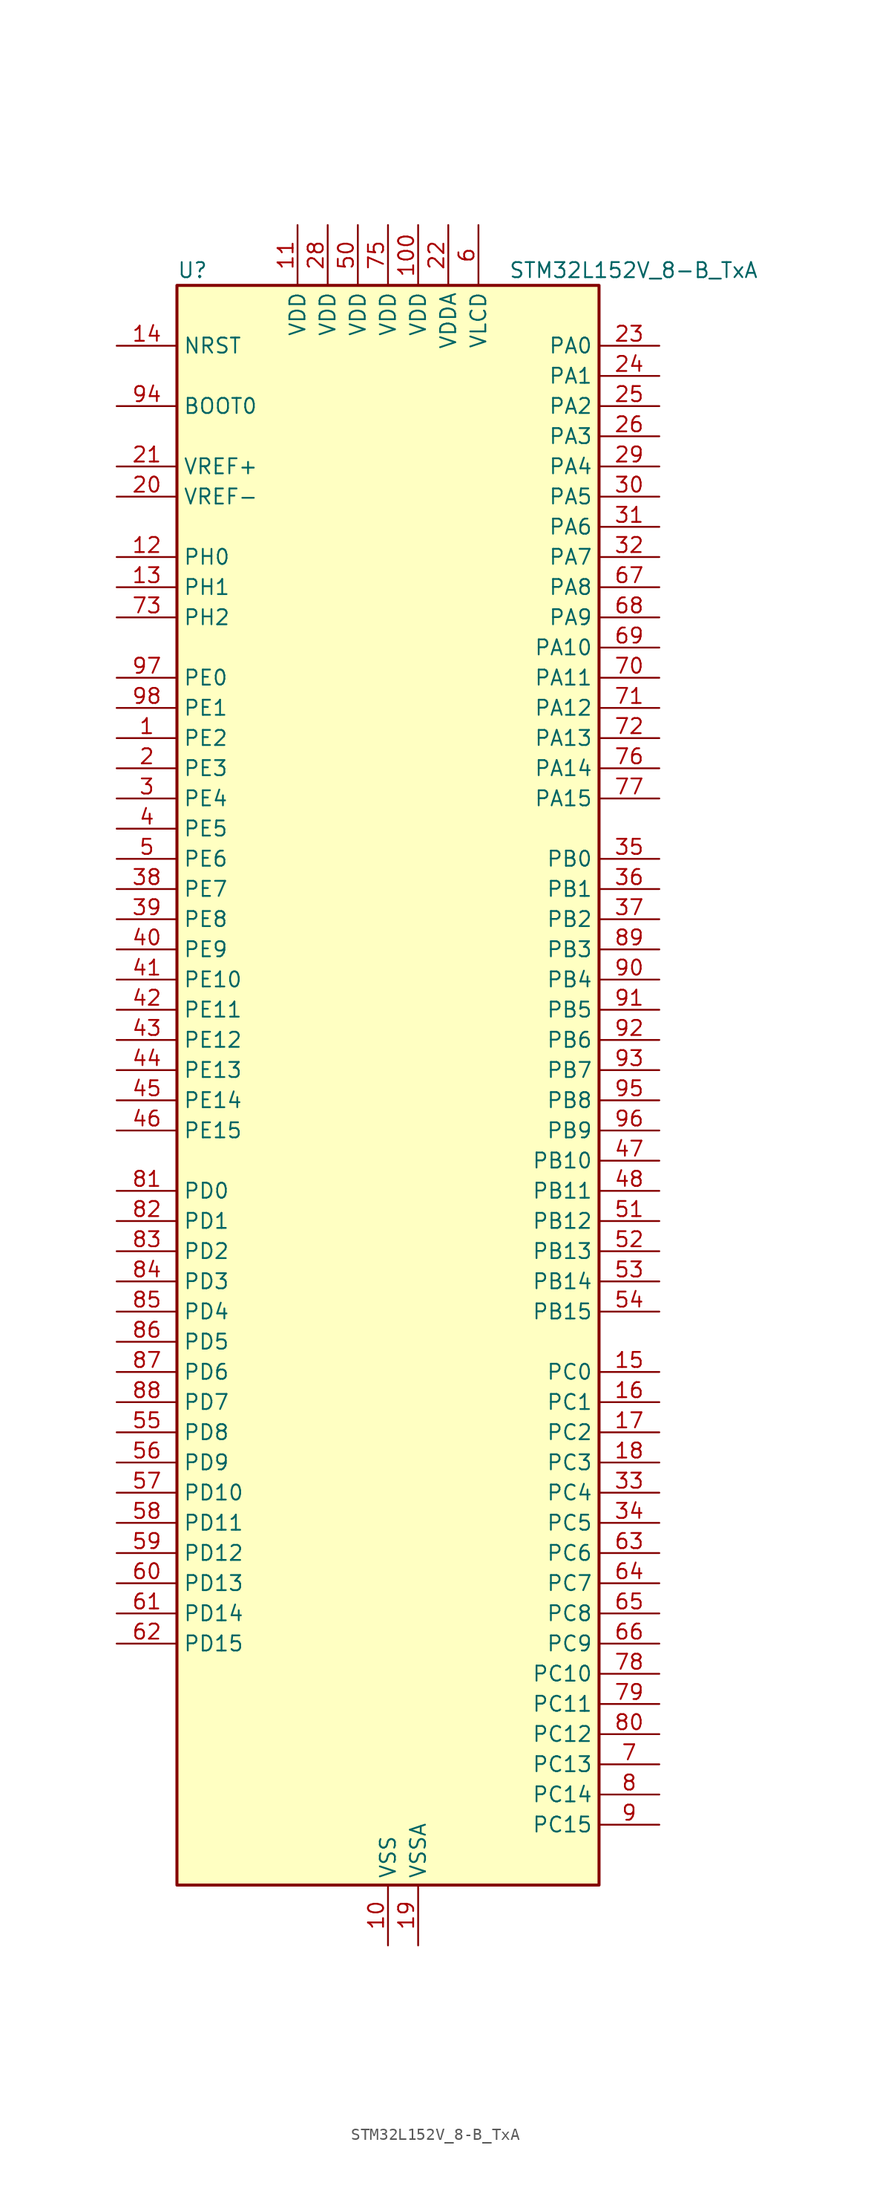
<source format=kicad_sym>
(kicad_symbol_lib
  (version 20241209)
  (generator "kicad_symbol_editor")
  (generator_version "9.0")
  (symbol "STM32L152V_8-B_TxA"
    (property "Reference" "U"
      (at -17.78 69.85 0)
      (effects (font (size 1.27 1.27)) (justify left)))
    (property "Value" "STM32L152V_8-B_TxA"
      (at 10.16 69.85 0)
      (effects (font (size 1.27 1.27)) (justify left)))
    (symbol "STM32L152V_8-B_TxA_0_1"
      (rectangle (start -17.78 -66.04) (end 17.78 68.58) (stroke (width 0.254) (type default)) (fill (type background))))
    (symbol "STM32L152V_8-B_TxA_1_1"
      (pin input line (at -22.86 63.5 0) (length 5.08) (name "NRST" (effects (font (size 1.27 1.27)))) (number "14" (effects (font (size 1.27 1.27)))))
      (pin input line (at -22.86 58.42 0) (length 5.08) (name "BOOT0" (effects (font (size 1.27 1.27)))) (number "94" (effects (font (size 1.27 1.27)))))
      (pin input line (at -22.86 53.34 0) (length 5.08) (name "VREF+" (effects (font (size 1.27 1.27)))) (number "21" (effects (font (size 1.27 1.27)))))
      (pin input line (at -22.86 50.8 0) (length 5.08) (name "VREF-" (effects (font (size 1.27 1.27)))) (number "20" (effects (font (size 1.27 1.27)))))
      (pin bidirectional line (at -22.86 45.72 0) (length 5.08) (name "PH0" (effects (font (size 1.27 1.27)))) (number "12" (effects (font (size 1.27 1.27)))) (alternate "RCC_OSC_IN" bidirectional line))
      (pin bidirectional line (at -22.86 43.18 0) (length 5.08) (name "PH1" (effects (font (size 1.27 1.27)))) (number "13" (effects (font (size 1.27 1.27)))) (alternate "RCC_OSC_OUT" bidirectional line))
      (pin bidirectional line (at -22.86 40.64 0) (length 5.08) (name "PH2" (effects (font (size 1.27 1.27)))) (number "73" (effects (font (size 1.27 1.27)))))
      (pin bidirectional line (at -22.86 35.56 0) (length 5.08) (name "PE0" (effects (font (size 1.27 1.27)))) (number "97" (effects (font (size 1.27 1.27)))) (alternate "LCD_SEG36" bidirectional line) (alternate "TIM10_CH1" bidirectional line) (alternate "TIM4_ETR" bidirectional line) (alternate "TIMX_IC1" bidirectional line))
      (pin bidirectional line (at -22.86 33.02 0) (length 5.08) (name "PE1" (effects (font (size 1.27 1.27)))) (number "98" (effects (font (size 1.27 1.27)))) (alternate "LCD_SEG37" bidirectional line) (alternate "TIM11_CH1" bidirectional line) (alternate "TIMX_IC2" bidirectional line))
      (pin bidirectional line (at -22.86 30.48 0) (length 5.08) (name "PE2" (effects (font (size 1.27 1.27)))) (number "1" (effects (font (size 1.27 1.27)))) (alternate "LCD_SEG38" bidirectional line) (alternate "SYS_TRACECK" bidirectional line) (alternate "TIM3_ETR" bidirectional line) (alternate "TIMX_IC3" bidirectional line))
      (pin bidirectional line (at -22.86 27.94 0) (length 5.08) (name "PE3" (effects (font (size 1.27 1.27)))) (number "2" (effects (font (size 1.27 1.27)))) (alternate "LCD_SEG39" bidirectional line) (alternate "SYS_TRACED0" bidirectional line) (alternate "TIM3_CH1" bidirectional line) (alternate "TIMX_IC4" bidirectional line))
      (pin bidirectional line (at -22.86 25.4 0) (length 5.08) (name "PE4" (effects (font (size 1.27 1.27)))) (number "3" (effects (font (size 1.27 1.27)))) (alternate "SYS_TRACED1" bidirectional line) (alternate "TIM3_CH2" bidirectional line) (alternate "TIMX_IC1" bidirectional line))
      (pin bidirectional line (at -22.86 22.86 0) (length 5.08) (name "PE5" (effects (font (size 1.27 1.27)))) (number "4" (effects (font (size 1.27 1.27)))) (alternate "SYS_TRACED2" bidirectional line) (alternate "TIM9_CH1" bidirectional line) (alternate "TIMX_IC2" bidirectional line))
      (pin bidirectional line (at -22.86 20.32 0) (length 5.08) (name "PE6" (effects (font (size 1.27 1.27)))) (number "5" (effects (font (size 1.27 1.27)))) (alternate "RTC_TAMP3" bidirectional line) (alternate "SYS_TRACED3" bidirectional line) (alternate "SYS_WKUP3" bidirectional line) (alternate "TIM9_CH2" bidirectional line) (alternate "TIMX_IC3" bidirectional line))
      (pin bidirectional line (at -22.86 17.78 0) (length 5.08) (name "PE7" (effects (font (size 1.27 1.27)))) (number "38" (effects (font (size 1.27 1.27)))) (alternate "ADC_IN22" bidirectional line) (alternate "COMP1_INP" bidirectional line) (alternate "TIMX_IC4" bidirectional line))
      (pin bidirectional line (at -22.86 15.24 0) (length 5.08) (name "PE8" (effects (font (size 1.27 1.27)))) (number "39" (effects (font (size 1.27 1.27)))) (alternate "ADC_IN23" bidirectional line) (alternate "COMP1_INP" bidirectional line) (alternate "TIMX_IC1" bidirectional line))
      (pin bidirectional line (at -22.86 12.7 0) (length 5.08) (name "PE9" (effects (font (size 1.27 1.27)))) (number "40" (effects (font (size 1.27 1.27)))) (alternate "ADC_IN24" bidirectional line) (alternate "COMP1_INP" bidirectional line) (alternate "DAC_EXTI9" bidirectional line) (alternate "TIM2_CH1" bidirectional line) (alternate "TIM2_ETR" bidirectional line) (alternate "TIMX_IC2" bidirectional line))
      (pin bidirectional line (at -22.86 10.16 0) (length 5.08) (name "PE10" (effects (font (size 1.27 1.27)))) (number "41" (effects (font (size 1.27 1.27)))) (alternate "ADC_IN25" bidirectional line) (alternate "COMP1_INP" bidirectional line) (alternate "TIM2_CH2" bidirectional line) (alternate "TIMX_IC3" bidirectional line))
      (pin bidirectional line (at -22.86 7.62 0) (length 5.08) (name "PE11" (effects (font (size 1.27 1.27)))) (number "42" (effects (font (size 1.27 1.27)))) (alternate "ADC_EXTI11" bidirectional line) (alternate "TIM2_CH3" bidirectional line) (alternate "TIMX_IC4" bidirectional line))
      (pin bidirectional line (at -22.86 5.08 0) (length 5.08) (name "PE12" (effects (font (size 1.27 1.27)))) (number "43" (effects (font (size 1.27 1.27)))) (alternate "SPI1_NSS" bidirectional line) (alternate "TIM2_CH4" bidirectional line) (alternate "TIMX_IC1" bidirectional line))
      (pin bidirectional line (at -22.86 2.54 0) (length 5.08) (name "PE13" (effects (font (size 1.27 1.27)))) (number "44" (effects (font (size 1.27 1.27)))) (alternate "SPI1_SCK" bidirectional line) (alternate "TIMX_IC2" bidirectional line))
      (pin bidirectional line (at -22.86 0 0) (length 5.08) (name "PE14" (effects (font (size 1.27 1.27)))) (number "45" (effects (font (size 1.27 1.27)))) (alternate "SPI1_MISO" bidirectional line) (alternate "TIMX_IC3" bidirectional line))
      (pin bidirectional line (at -22.86 -2.54 0) (length 5.08) (name "PE15" (effects (font (size 1.27 1.27)))) (number "46" (effects (font (size 1.27 1.27)))) (alternate "ADC_EXTI15" bidirectional line) (alternate "SPI1_MOSI" bidirectional line) (alternate "TIMX_IC4" bidirectional line))
      (pin bidirectional line (at -22.86 -7.62 0) (length 5.08) (name "PD0" (effects (font (size 1.27 1.27)))) (number "81" (effects (font (size 1.27 1.27)))) (alternate "SPI2_NSS" bidirectional line) (alternate "TIM9_CH1" bidirectional line) (alternate "TIMX_IC1" bidirectional line))
      (pin bidirectional line (at -22.86 -10.16 0) (length 5.08) (name "PD1" (effects (font (size 1.27 1.27)))) (number "82" (effects (font (size 1.27 1.27)))) (alternate "SPI2_SCK" bidirectional line) (alternate "TIMX_IC2" bidirectional line))
      (pin bidirectional line (at -22.86 -12.7 0) (length 5.08) (name "PD2" (effects (font (size 1.27 1.27)))) (number "83" (effects (font (size 1.27 1.27)))) (alternate "LCD_COM7" bidirectional line) (alternate "LCD_SEG31" bidirectional line) (alternate "LCD_SEG43" bidirectional line) (alternate "TIM3_ETR" bidirectional line) (alternate "TIMX_IC3" bidirectional line))
      (pin bidirectional line (at -22.86 -15.24 0) (length 5.08) (name "PD3" (effects (font (size 1.27 1.27)))) (number "84" (effects (font (size 1.27 1.27)))) (alternate "SPI2_MISO" bidirectional line) (alternate "TIMX_IC4" bidirectional line) (alternate "USART2_CTS" bidirectional line))
      (pin bidirectional line (at -22.86 -17.78 0) (length 5.08) (name "PD4" (effects (font (size 1.27 1.27)))) (number "85" (effects (font (size 1.27 1.27)))) (alternate "SPI2_MOSI" bidirectional line) (alternate "TIMX_IC1" bidirectional line) (alternate "USART2_RTS" bidirectional line))
      (pin bidirectional line (at -22.86 -20.32 0) (length 5.08) (name "PD5" (effects (font (size 1.27 1.27)))) (number "86" (effects (font (size 1.27 1.27)))) (alternate "TIMX_IC2" bidirectional line) (alternate "USART2_TX" bidirectional line))
      (pin bidirectional line (at -22.86 -22.86 0) (length 5.08) (name "PD6" (effects (font (size 1.27 1.27)))) (number "87" (effects (font (size 1.27 1.27)))) (alternate "TIMX_IC3" bidirectional line) (alternate "USART2_RX" bidirectional line))
      (pin bidirectional line (at -22.86 -25.4 0) (length 5.08) (name "PD7" (effects (font (size 1.27 1.27)))) (number "88" (effects (font (size 1.27 1.27)))) (alternate "TIM9_CH2" bidirectional line) (alternate "TIMX_IC4" bidirectional line) (alternate "USART2_CK" bidirectional line))
      (pin bidirectional line (at -22.86 -27.94 0) (length 5.08) (name "PD8" (effects (font (size 1.27 1.27)))) (number "55" (effects (font (size 1.27 1.27)))) (alternate "LCD_SEG28" bidirectional line) (alternate "TIMX_IC1" bidirectional line) (alternate "USART3_TX" bidirectional line))
      (pin bidirectional line (at -22.86 -30.48 0) (length 5.08) (name "PD9" (effects (font (size 1.27 1.27)))) (number "56" (effects (font (size 1.27 1.27)))) (alternate "DAC_EXTI9" bidirectional line) (alternate "LCD_SEG29" bidirectional line) (alternate "TIMX_IC2" bidirectional line) (alternate "USART3_RX" bidirectional line))
      (pin bidirectional line (at -22.86 -33.02 0) (length 5.08) (name "PD10" (effects (font (size 1.27 1.27)))) (number "57" (effects (font (size 1.27 1.27)))) (alternate "LCD_SEG30" bidirectional line) (alternate "TIMX_IC3" bidirectional line) (alternate "USART3_CK" bidirectional line))
      (pin bidirectional line (at -22.86 -35.56 0) (length 5.08) (name "PD11" (effects (font (size 1.27 1.27)))) (number "58" (effects (font (size 1.27 1.27)))) (alternate "ADC_EXTI11" bidirectional line) (alternate "LCD_SEG31" bidirectional line) (alternate "TIMX_IC4" bidirectional line) (alternate "USART3_CTS" bidirectional line))
      (pin bidirectional line (at -22.86 -38.1 0) (length 5.08) (name "PD12" (effects (font (size 1.27 1.27)))) (number "59" (effects (font (size 1.27 1.27)))) (alternate "LCD_SEG32" bidirectional line) (alternate "TIM4_CH1" bidirectional line) (alternate "TIMX_IC1" bidirectional line) (alternate "USART3_RTS" bidirectional line))
      (pin bidirectional line (at -22.86 -40.64 0) (length 5.08) (name "PD13" (effects (font (size 1.27 1.27)))) (number "60" (effects (font (size 1.27 1.27)))) (alternate "LCD_SEG33" bidirectional line) (alternate "TIM4_CH2" bidirectional line) (alternate "TIMX_IC2" bidirectional line))
      (pin bidirectional line (at -22.86 -43.18 0) (length 5.08) (name "PD14" (effects (font (size 1.27 1.27)))) (number "61" (effects (font (size 1.27 1.27)))) (alternate "LCD_SEG34" bidirectional line) (alternate "TIM4_CH3" bidirectional line) (alternate "TIMX_IC3" bidirectional line))
      (pin bidirectional line (at -22.86 -45.72 0) (length 5.08) (name "PD15" (effects (font (size 1.27 1.27)))) (number "62" (effects (font (size 1.27 1.27)))) (alternate "ADC_EXTI15" bidirectional line) (alternate "LCD_SEG35" bidirectional line) (alternate "TIM4_CH4" bidirectional line) (alternate "TIMX_IC4" bidirectional line))
      (pin power_in line (at -7.62 73.66 270) (length 5.08) (name "VDD" (effects (font (size 1.27 1.27)))) (number "11" (effects (font (size 1.27 1.27)))))
      (pin power_in line (at -5.08 73.66 270) (length 5.08) (name "VDD" (effects (font (size 1.27 1.27)))) (number "28" (effects (font (size 1.27 1.27)))))
      (pin power_in line (at -2.54 73.66 270) (length 5.08) (name "VDD" (effects (font (size 1.27 1.27)))) (number "50" (effects (font (size 1.27 1.27)))))
      (pin power_in line (at 0 73.66 270) (length 5.08) (name "VDD" (effects (font (size 1.27 1.27)))) (number "75" (effects (font (size 1.27 1.27)))))
      (pin power_in line (at 0 -71.12 90) (length 5.08) (name "VSS" (effects (font (size 1.27 1.27)))) (number "10" (effects (font (size 1.27 1.27)))))
      (pin passive line (at 0 -71.12 90) (length 5.08) (hide yes) (name "VSS" (effects (font (size 1.27 1.27)))) (number "27" (effects (font (size 1.27 1.27)))))
      (pin passive line (at 0 -71.12 90) (length 5.08) (hide yes) (name "VSS" (effects (font (size 1.27 1.27)))) (number "49" (effects (font (size 1.27 1.27)))))
      (pin passive line (at 0 -71.12 90) (length 5.08) (hide yes) (name "VSS" (effects (font (size 1.27 1.27)))) (number "74" (effects (font (size 1.27 1.27)))))
      (pin passive line (at 0 -71.12 90) (length 5.08) (hide yes) (name "VSS" (effects (font (size 1.27 1.27)))) (number "99" (effects (font (size 1.27 1.27)))))
      (pin power_in line (at 2.54 73.66 270) (length 5.08) (name "VDD" (effects (font (size 1.27 1.27)))) (number "100" (effects (font (size 1.27 1.27)))))
      (pin power_in line (at 2.54 -71.12 90) (length 5.08) (name "VSSA" (effects (font (size 1.27 1.27)))) (number "19" (effects (font (size 1.27 1.27)))))
      (pin power_in line (at 5.08 73.66 270) (length 5.08) (name "VDDA" (effects (font (size 1.27 1.27)))) (number "22" (effects (font (size 1.27 1.27)))))
      (pin power_in line (at 7.62 73.66 270) (length 5.08) (name "VLCD" (effects (font (size 1.27 1.27)))) (number "6" (effects (font (size 1.27 1.27)))))
      (pin bidirectional line (at 22.86 63.5 180) (length 5.08) (name "PA0" (effects (font (size 1.27 1.27)))) (number "23" (effects (font (size 1.27 1.27)))) (alternate "ADC_IN0" bidirectional line) (alternate "COMP1_INP" bidirectional line) (alternate "RTC_TAMP2" bidirectional line) (alternate "SYS_WKUP1" bidirectional line) (alternate "TIM2_CH1" bidirectional line) (alternate "TIM2_ETR" bidirectional line) (alternate "TIMX_IC1" bidirectional line) (alternate "TS_G1_IO1" bidirectional line) (alternate "USART2_CTS" bidirectional line))
      (pin bidirectional line (at 22.86 60.96 180) (length 5.08) (name "PA1" (effects (font (size 1.27 1.27)))) (number "24" (effects (font (size 1.27 1.27)))) (alternate "ADC_IN1" bidirectional line) (alternate "COMP1_INP" bidirectional line) (alternate "LCD_SEG0" bidirectional line) (alternate "TIM2_CH2" bidirectional line) (alternate "TIMX_IC2" bidirectional line) (alternate "TS_G1_IO2" bidirectional line) (alternate "USART2_RTS" bidirectional line))
      (pin bidirectional line (at 22.86 58.42 180) (length 5.08) (name "PA2" (effects (font (size 1.27 1.27)))) (number "25" (effects (font (size 1.27 1.27)))) (alternate "ADC_IN2" bidirectional line) (alternate "COMP1_INP" bidirectional line) (alternate "LCD_SEG1" bidirectional line) (alternate "TIM2_CH3" bidirectional line) (alternate "TIM9_CH1" bidirectional line) (alternate "TIMX_IC3" bidirectional line) (alternate "TS_G1_IO3" bidirectional line) (alternate "USART2_TX" bidirectional line))
      (pin bidirectional line (at 22.86 55.88 180) (length 5.08) (name "PA3" (effects (font (size 1.27 1.27)))) (number "26" (effects (font (size 1.27 1.27)))) (alternate "ADC_IN3" bidirectional line) (alternate "COMP1_INP" bidirectional line) (alternate "LCD_SEG2" bidirectional line) (alternate "TIM2_CH4" bidirectional line) (alternate "TIM9_CH2" bidirectional line) (alternate "TIMX_IC4" bidirectional line) (alternate "TS_G1_IO4" bidirectional line) (alternate "USART2_RX" bidirectional line))
      (pin bidirectional line (at 22.86 53.34 180) (length 5.08) (name "PA4" (effects (font (size 1.27 1.27)))) (number "29" (effects (font (size 1.27 1.27)))) (alternate "ADC_IN4" bidirectional line) (alternate "COMP1_INP" bidirectional line) (alternate "DAC_OUT1" bidirectional line) (alternate "SPI1_NSS" bidirectional line) (alternate "TIMX_IC1" bidirectional line) (alternate "USART2_CK" bidirectional line))
      (pin bidirectional line (at 22.86 50.8 180) (length 5.08) (name "PA5" (effects (font (size 1.27 1.27)))) (number "30" (effects (font (size 1.27 1.27)))) (alternate "ADC_IN5" bidirectional line) (alternate "COMP1_INP" bidirectional line) (alternate "DAC_OUT2" bidirectional line) (alternate "SPI1_SCK" bidirectional line) (alternate "TIM2_CH1" bidirectional line) (alternate "TIM2_ETR" bidirectional line) (alternate "TIMX_IC2" bidirectional line))
      (pin bidirectional line (at 22.86 48.26 180) (length 5.08) (name "PA6" (effects (font (size 1.27 1.27)))) (number "31" (effects (font (size 1.27 1.27)))) (alternate "ADC_IN6" bidirectional line) (alternate "COMP1_INP" bidirectional line) (alternate "LCD_SEG3" bidirectional line) (alternate "SPI1_MISO" bidirectional line) (alternate "TIM10_CH1" bidirectional line) (alternate "TIM3_CH1" bidirectional line) (alternate "TIMX_IC3" bidirectional line) (alternate "TS_G2_IO1" bidirectional line))
      (pin bidirectional line (at 22.86 45.72 180) (length 5.08) (name "PA7" (effects (font (size 1.27 1.27)))) (number "32" (effects (font (size 1.27 1.27)))) (alternate "ADC_IN7" bidirectional line) (alternate "COMP1_INP" bidirectional line) (alternate "LCD_SEG4" bidirectional line) (alternate "SPI1_MOSI" bidirectional line) (alternate "TIM11_CH1" bidirectional line) (alternate "TIM3_CH2" bidirectional line) (alternate "TIMX_IC4" bidirectional line) (alternate "TS_G2_IO2" bidirectional line))
      (pin bidirectional line (at 22.86 43.18 180) (length 5.08) (name "PA8" (effects (font (size 1.27 1.27)))) (number "67" (effects (font (size 1.27 1.27)))) (alternate "LCD_COM0" bidirectional line) (alternate "RCC_MCO" bidirectional line) (alternate "TIMX_IC1" bidirectional line) (alternate "TS_G4_IO1" bidirectional line) (alternate "USART1_CK" bidirectional line))
      (pin bidirectional line (at 22.86 40.64 180) (length 5.08) (name "PA9" (effects (font (size 1.27 1.27)))) (number "68" (effects (font (size 1.27 1.27)))) (alternate "DAC_EXTI9" bidirectional line) (alternate "LCD_COM1" bidirectional line) (alternate "TIMX_IC2" bidirectional line) (alternate "TS_G4_IO2" bidirectional line) (alternate "USART1_TX" bidirectional line))
      (pin bidirectional line (at 22.86 38.1 180) (length 5.08) (name "PA10" (effects (font (size 1.27 1.27)))) (number "69" (effects (font (size 1.27 1.27)))) (alternate "LCD_COM2" bidirectional line) (alternate "TIMX_IC3" bidirectional line) (alternate "TS_G4_IO3" bidirectional line) (alternate "USART1_RX" bidirectional line))
      (pin bidirectional line (at 22.86 35.56 180) (length 5.08) (name "PA11" (effects (font (size 1.27 1.27)))) (number "70" (effects (font (size 1.27 1.27)))) (alternate "ADC_EXTI11" bidirectional line) (alternate "SPI1_MISO" bidirectional line) (alternate "TIMX_IC4" bidirectional line) (alternate "USART1_CTS" bidirectional line) (alternate "USB_DM" bidirectional line))
      (pin bidirectional line (at 22.86 33.02 180) (length 5.08) (name "PA12" (effects (font (size 1.27 1.27)))) (number "71" (effects (font (size 1.27 1.27)))) (alternate "SPI1_MOSI" bidirectional line) (alternate "TIMX_IC1" bidirectional line) (alternate "USART1_RTS" bidirectional line) (alternate "USB_DP" bidirectional line))
      (pin bidirectional line (at 22.86 30.48 180) (length 5.08) (name "PA13" (effects (font (size 1.27 1.27)))) (number "72" (effects (font (size 1.27 1.27)))) (alternate "SYS_JTMS-SWDIO" bidirectional line) (alternate "TIMX_IC2" bidirectional line) (alternate "TS_G5_IO1" bidirectional line))
      (pin bidirectional line (at 22.86 27.94 180) (length 5.08) (name "PA14" (effects (font (size 1.27 1.27)))) (number "76" (effects (font (size 1.27 1.27)))) (alternate "SYS_JTCK-SWCLK" bidirectional line) (alternate "TIMX_IC3" bidirectional line) (alternate "TS_G5_IO2" bidirectional line))
      (pin bidirectional line (at 22.86 25.4 180) (length 5.08) (name "PA15" (effects (font (size 1.27 1.27)))) (number "77" (effects (font (size 1.27 1.27)))) (alternate "ADC_EXTI15" bidirectional line) (alternate "LCD_SEG17" bidirectional line) (alternate "SPI1_NSS" bidirectional line) (alternate "SYS_JTDI" bidirectional line) (alternate "TIM2_CH1" bidirectional line) (alternate "TIM2_ETR" bidirectional line) (alternate "TIMX_IC4" bidirectional line) (alternate "TS_G5_IO3" bidirectional line))
      (pin bidirectional line (at 22.86 20.32 180) (length 5.08) (name "PB0" (effects (font (size 1.27 1.27)))) (number "35" (effects (font (size 1.27 1.27)))) (alternate "ADC_IN8" bidirectional line) (alternate "COMP1_INP" bidirectional line) (alternate "LCD_SEG5" bidirectional line) (alternate "SYS_V_REF_OUT" bidirectional line) (alternate "TIM3_CH3" bidirectional line) (alternate "TS_G3_IO1" bidirectional line))
      (pin bidirectional line (at 22.86 17.78 180) (length 5.08) (name "PB1" (effects (font (size 1.27 1.27)))) (number "36" (effects (font (size 1.27 1.27)))) (alternate "ADC_IN9" bidirectional line) (alternate "COMP1_INP" bidirectional line) (alternate "LCD_SEG6" bidirectional line) (alternate "SYS_V_REF_OUT" bidirectional line) (alternate "TIM3_CH4" bidirectional line) (alternate "TS_G3_IO2" bidirectional line))
      (pin bidirectional line (at 22.86 15.24 180) (length 5.08) (name "PB2" (effects (font (size 1.27 1.27)))) (number "37" (effects (font (size 1.27 1.27)))) (alternate "TS_G3_IO3" bidirectional line))
      (pin bidirectional line (at 22.86 12.7 180) (length 5.08) (name "PB3" (effects (font (size 1.27 1.27)))) (number "89" (effects (font (size 1.27 1.27)))) (alternate "COMP2_INM" bidirectional line) (alternate "LCD_SEG7" bidirectional line) (alternate "SPI1_SCK" bidirectional line) (alternate "SYS_JTDO-TRACESWO" bidirectional line) (alternate "TIM2_CH2" bidirectional line))
      (pin bidirectional line (at 22.86 10.16 180) (length 5.08) (name "PB4" (effects (font (size 1.27 1.27)))) (number "90" (effects (font (size 1.27 1.27)))) (alternate "COMP2_INP" bidirectional line) (alternate "LCD_SEG8" bidirectional line) (alternate "SPI1_MISO" bidirectional line) (alternate "SYS_JTRST" bidirectional line) (alternate "TIM3_CH1" bidirectional line) (alternate "TS_G6_IO1" bidirectional line))
      (pin bidirectional line (at 22.86 7.62 180) (length 5.08) (name "PB5" (effects (font (size 1.27 1.27)))) (number "91" (effects (font (size 1.27 1.27)))) (alternate "COMP2_INP" bidirectional line) (alternate "I2C1_SMBA" bidirectional line) (alternate "LCD_SEG9" bidirectional line) (alternate "SPI1_MOSI" bidirectional line) (alternate "TIM3_CH2" bidirectional line) (alternate "TS_G6_IO2" bidirectional line))
      (pin bidirectional line (at 22.86 5.08 180) (length 5.08) (name "PB6" (effects (font (size 1.27 1.27)))) (number "92" (effects (font (size 1.27 1.27)))) (alternate "I2C1_SCL" bidirectional line) (alternate "TIM4_CH1" bidirectional line) (alternate "TS_G6_IO3" bidirectional line) (alternate "USART1_TX" bidirectional line))
      (pin bidirectional line (at 22.86 2.54 180) (length 5.08) (name "PB7" (effects (font (size 1.27 1.27)))) (number "93" (effects (font (size 1.27 1.27)))) (alternate "I2C1_SDA" bidirectional line) (alternate "SYS_PVD_IN" bidirectional line) (alternate "TIM4_CH2" bidirectional line) (alternate "TS_G6_IO4" bidirectional line) (alternate "USART1_RX" bidirectional line))
      (pin bidirectional line (at 22.86 0 180) (length 5.08) (name "PB8" (effects (font (size 1.27 1.27)))) (number "95" (effects (font (size 1.27 1.27)))) (alternate "I2C1_SCL" bidirectional line) (alternate "LCD_SEG16" bidirectional line) (alternate "TIM10_CH1" bidirectional line) (alternate "TIM4_CH3" bidirectional line))
      (pin bidirectional line (at 22.86 -2.54 180) (length 5.08) (name "PB9" (effects (font (size 1.27 1.27)))) (number "96" (effects (font (size 1.27 1.27)))) (alternate "DAC_EXTI9" bidirectional line) (alternate "I2C1_SDA" bidirectional line) (alternate "LCD_COM3" bidirectional line) (alternate "TIM11_CH1" bidirectional line) (alternate "TIM4_CH4" bidirectional line))
      (pin bidirectional line (at 22.86 -5.08 180) (length 5.08) (name "PB10" (effects (font (size 1.27 1.27)))) (number "47" (effects (font (size 1.27 1.27)))) (alternate "I2C2_SCL" bidirectional line) (alternate "LCD_SEG10" bidirectional line) (alternate "TIM2_CH3" bidirectional line) (alternate "USART3_TX" bidirectional line))
      (pin bidirectional line (at 22.86 -7.62 180) (length 5.08) (name "PB11" (effects (font (size 1.27 1.27)))) (number "48" (effects (font (size 1.27 1.27)))) (alternate "ADC_EXTI11" bidirectional line) (alternate "I2C2_SDA" bidirectional line) (alternate "LCD_SEG11" bidirectional line) (alternate "TIM2_CH4" bidirectional line) (alternate "USART3_RX" bidirectional line))
      (pin bidirectional line (at 22.86 -10.16 180) (length 5.08) (name "PB12" (effects (font (size 1.27 1.27)))) (number "51" (effects (font (size 1.27 1.27)))) (alternate "ADC_IN18" bidirectional line) (alternate "COMP1_INP" bidirectional line) (alternate "I2C2_SMBA" bidirectional line) (alternate "LCD_SEG12" bidirectional line) (alternate "SPI2_NSS" bidirectional line) (alternate "TIM10_CH1" bidirectional line) (alternate "TS_G7_IO1" bidirectional line) (alternate "USART3_CK" bidirectional line))
      (pin bidirectional line (at 22.86 -12.7 180) (length 5.08) (name "PB13" (effects (font (size 1.27 1.27)))) (number "52" (effects (font (size 1.27 1.27)))) (alternate "ADC_IN19" bidirectional line) (alternate "COMP1_INP" bidirectional line) (alternate "LCD_SEG13" bidirectional line) (alternate "SPI2_SCK" bidirectional line) (alternate "TIM9_CH1" bidirectional line) (alternate "TS_G7_IO2" bidirectional line) (alternate "USART3_CTS" bidirectional line))
      (pin bidirectional line (at 22.86 -15.24 180) (length 5.08) (name "PB14" (effects (font (size 1.27 1.27)))) (number "53" (effects (font (size 1.27 1.27)))) (alternate "ADC_IN20" bidirectional line) (alternate "COMP1_INP" bidirectional line) (alternate "LCD_SEG14" bidirectional line) (alternate "SPI2_MISO" bidirectional line) (alternate "TIM9_CH2" bidirectional line) (alternate "TS_G7_IO3" bidirectional line) (alternate "USART3_RTS" bidirectional line))
      (pin bidirectional line (at 22.86 -17.78 180) (length 5.08) (name "PB15" (effects (font (size 1.27 1.27)))) (number "54" (effects (font (size 1.27 1.27)))) (alternate "ADC_EXTI15" bidirectional line) (alternate "ADC_IN21" bidirectional line) (alternate "COMP1_INP" bidirectional line) (alternate "LCD_SEG15" bidirectional line) (alternate "RTC_REFIN" bidirectional line) (alternate "SPI2_MOSI" bidirectional line) (alternate "TIM11_CH1" bidirectional line) (alternate "TS_G7_IO4" bidirectional line))
      (pin bidirectional line (at 22.86 -22.86 180) (length 5.08) (name "PC0" (effects (font (size 1.27 1.27)))) (number "15" (effects (font (size 1.27 1.27)))) (alternate "ADC_IN10" bidirectional line) (alternate "COMP1_INP" bidirectional line) (alternate "LCD_SEG18" bidirectional line) (alternate "TIMX_IC1" bidirectional line) (alternate "TS_G8_IO1" bidirectional line))
      (pin bidirectional line (at 22.86 -25.4 180) (length 5.08) (name "PC1" (effects (font (size 1.27 1.27)))) (number "16" (effects (font (size 1.27 1.27)))) (alternate "ADC_IN11" bidirectional line) (alternate "COMP1_INP" bidirectional line) (alternate "LCD_SEG19" bidirectional line) (alternate "TIMX_IC2" bidirectional line) (alternate "TS_G8_IO2" bidirectional line))
      (pin bidirectional line (at 22.86 -27.94 180) (length 5.08) (name "PC2" (effects (font (size 1.27 1.27)))) (number "17" (effects (font (size 1.27 1.27)))) (alternate "ADC_IN12" bidirectional line) (alternate "COMP1_INP" bidirectional line) (alternate "LCD_SEG20" bidirectional line) (alternate "TIMX_IC3" bidirectional line) (alternate "TS_G8_IO3" bidirectional line))
      (pin bidirectional line (at 22.86 -30.48 180) (length 5.08) (name "PC3" (effects (font (size 1.27 1.27)))) (number "18" (effects (font (size 1.27 1.27)))) (alternate "ADC_IN13" bidirectional line) (alternate "COMP1_INP" bidirectional line) (alternate "LCD_SEG21" bidirectional line) (alternate "TIMX_IC4" bidirectional line) (alternate "TS_G8_IO4" bidirectional line))
      (pin bidirectional line (at 22.86 -33.02 180) (length 5.08) (name "PC4" (effects (font (size 1.27 1.27)))) (number "33" (effects (font (size 1.27 1.27)))) (alternate "ADC_IN14" bidirectional line) (alternate "COMP1_INP" bidirectional line) (alternate "LCD_SEG22" bidirectional line) (alternate "TIMX_IC1" bidirectional line) (alternate "TS_G9_IO1" bidirectional line))
      (pin bidirectional line (at 22.86 -35.56 180) (length 5.08) (name "PC5" (effects (font (size 1.27 1.27)))) (number "34" (effects (font (size 1.27 1.27)))) (alternate "ADC_IN15" bidirectional line) (alternate "COMP1_INP" bidirectional line) (alternate "LCD_SEG23" bidirectional line) (alternate "TIMX_IC2" bidirectional line) (alternate "TS_G9_IO2" bidirectional line))
      (pin bidirectional line (at 22.86 -38.1 180) (length 5.08) (name "PC6" (effects (font (size 1.27 1.27)))) (number "63" (effects (font (size 1.27 1.27)))) (alternate "LCD_SEG24" bidirectional line) (alternate "TIM3_CH1" bidirectional line) (alternate "TIMX_IC3" bidirectional line) (alternate "TS_G10_IO1" bidirectional line))
      (pin bidirectional line (at 22.86 -40.64 180) (length 5.08) (name "PC7" (effects (font (size 1.27 1.27)))) (number "64" (effects (font (size 1.27 1.27)))) (alternate "LCD_SEG25" bidirectional line) (alternate "TIM3_CH2" bidirectional line) (alternate "TIMX_IC4" bidirectional line) (alternate "TS_G10_IO2" bidirectional line))
      (pin bidirectional line (at 22.86 -43.18 180) (length 5.08) (name "PC8" (effects (font (size 1.27 1.27)))) (number "65" (effects (font (size 1.27 1.27)))) (alternate "LCD_SEG26" bidirectional line) (alternate "TIM3_CH3" bidirectional line) (alternate "TIMX_IC1" bidirectional line) (alternate "TS_G10_IO3" bidirectional line))
      (pin bidirectional line (at 22.86 -45.72 180) (length 5.08) (name "PC9" (effects (font (size 1.27 1.27)))) (number "66" (effects (font (size 1.27 1.27)))) (alternate "DAC_EXTI9" bidirectional line) (alternate "LCD_SEG27" bidirectional line) (alternate "TIM3_CH4" bidirectional line) (alternate "TIMX_IC2" bidirectional line) (alternate "TS_G10_IO4" bidirectional line))
      (pin bidirectional line (at 22.86 -48.26 180) (length 5.08) (name "PC10" (effects (font (size 1.27 1.27)))) (number "78" (effects (font (size 1.27 1.27)))) (alternate "LCD_COM4" bidirectional line) (alternate "LCD_SEG28" bidirectional line) (alternate "LCD_SEG40" bidirectional line) (alternate "TIMX_IC3" bidirectional line) (alternate "USART3_TX" bidirectional line))
      (pin bidirectional line (at 22.86 -50.8 180) (length 5.08) (name "PC11" (effects (font (size 1.27 1.27)))) (number "79" (effects (font (size 1.27 1.27)))) (alternate "ADC_EXTI11" bidirectional line) (alternate "LCD_COM5" bidirectional line) (alternate "LCD_SEG29" bidirectional line) (alternate "LCD_SEG41" bidirectional line) (alternate "TIMX_IC4" bidirectional line) (alternate "USART3_RX" bidirectional line))
      (pin bidirectional line (at 22.86 -53.34 180) (length 5.08) (name "PC12" (effects (font (size 1.27 1.27)))) (number "80" (effects (font (size 1.27 1.27)))) (alternate "LCD_COM6" bidirectional line) (alternate "LCD_SEG30" bidirectional line) (alternate "LCD_SEG42" bidirectional line) (alternate "TIMX_IC1" bidirectional line) (alternate "USART3_CK" bidirectional line))
      (pin bidirectional line (at 22.86 -55.88 180) (length 5.08) (name "PC13" (effects (font (size 1.27 1.27)))) (number "7" (effects (font (size 1.27 1.27)))) (alternate "RTC_OUT_ALARM" bidirectional line) (alternate "RTC_OUT_CALIB" bidirectional line) (alternate "RTC_TAMP1" bidirectional line) (alternate "RTC_TS" bidirectional line) (alternate "SYS_WKUP2" bidirectional line) (alternate "TIMX_IC2" bidirectional line))
      (pin bidirectional line (at 22.86 -58.42 180) (length 5.08) (name "PC14" (effects (font (size 1.27 1.27)))) (number "8" (effects (font (size 1.27 1.27)))) (alternate "RCC_OSC32_IN" bidirectional line) (alternate "TIMX_IC3" bidirectional line))
      (pin bidirectional line (at 22.86 -60.96 180) (length 5.08) (name "PC15" (effects (font (size 1.27 1.27)))) (number "9" (effects (font (size 1.27 1.27)))) (alternate "ADC_EXTI15" bidirectional line) (alternate "RCC_OSC32_OUT" bidirectional line) (alternate "TIMX_IC4" bidirectional line)))))
</source>
